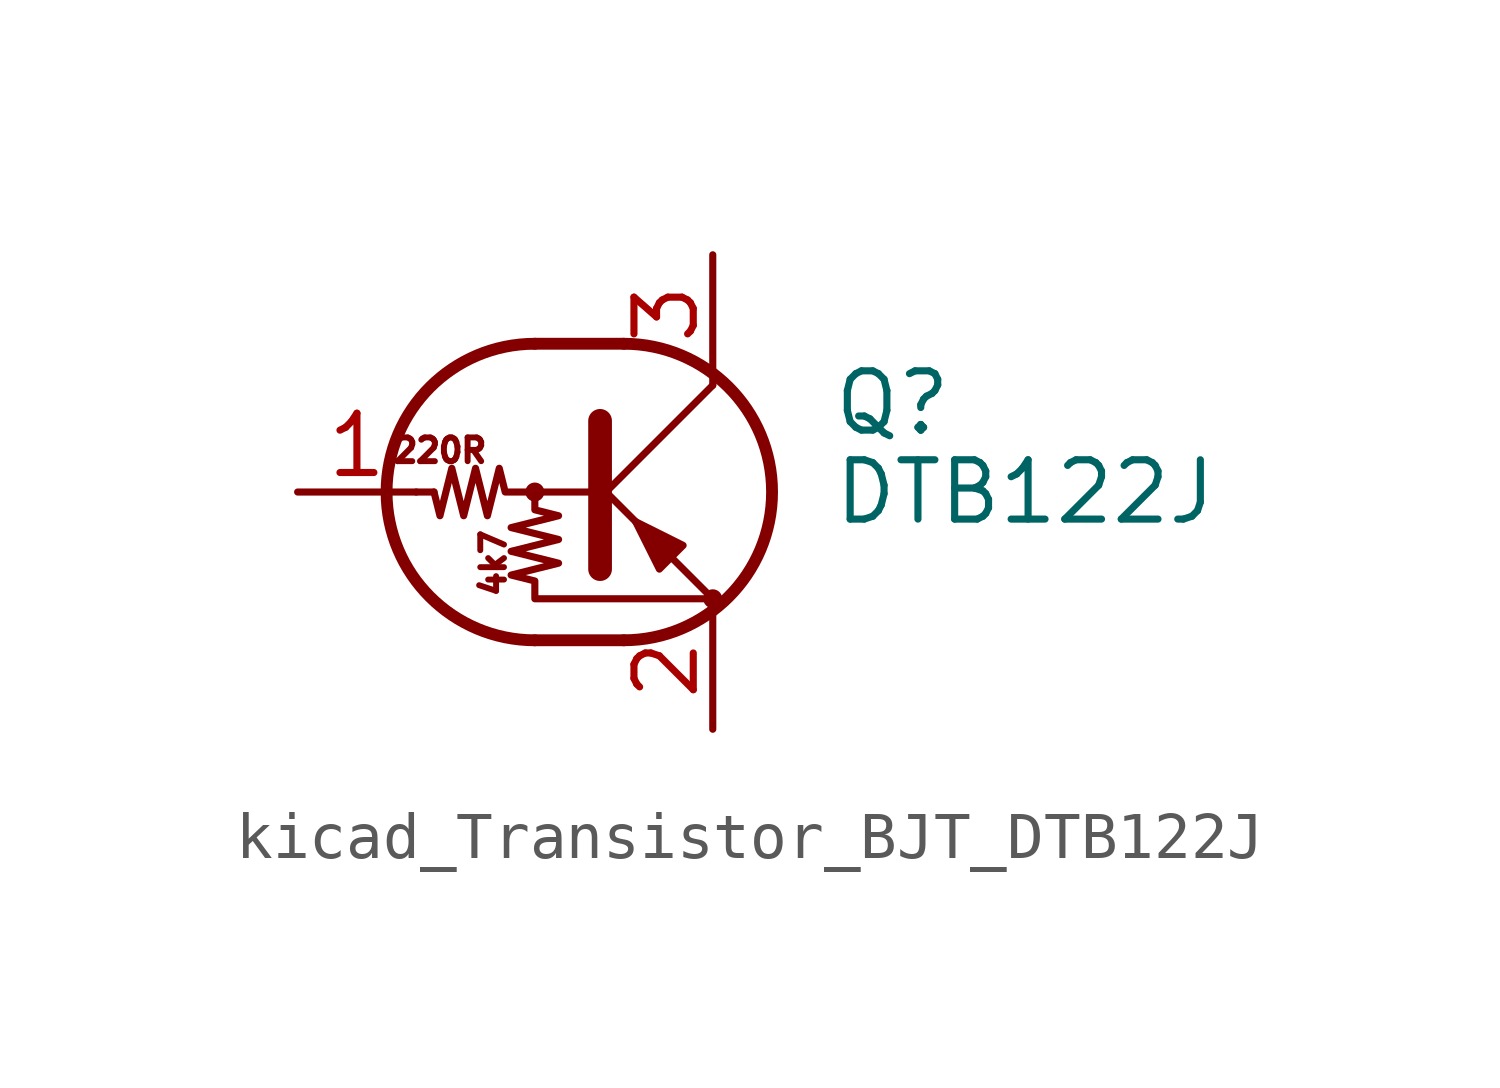
<source format=kicad_sym>
(kicad_symbol_lib
  (version 20220914)
  (generator kicad_symbol_editor)
  (symbol "kicad_Transistor_BJT_DTB122J"
    (pin_names
      (offset 0) hide)
    (property "Reference" "Q"
      (at 5.08 1.905 0)
      (effects (font (size 1.27 1.27)) (justify left)))
    (property "Value" "DTB122J"
      (at 5.08 0 0)
      (effects (font (size 1.27 1.27)) (justify left)))
    (symbol "kicad_Transistor_BJT_DTB122J_0_0"
      (text "220R" (at -3.302 0.889 0) (effects (font (size 0.508 0.508))))
      (text "4k7" (at -2.159 -1.524 900) (effects (font (size 0.508 0.508)))))
    (symbol "kicad_Transistor_BJT_DTB122J_0_1"
      (circle (center -1.27 0) (radius 0.127) (stroke (width 0) (type default)) (fill (type none)))
      (arc (start -1.27 3.175) (mid -4.4312 0) (end -1.27 -3.175) (stroke (width 0.254) (type default)) (fill (type none)))
      (polyline (pts (xy -3.429 0) (xy -3.81 0)) (stroke (width 0) (type default)) (fill (type none)))
      (polyline (pts (xy -1.27 -3.175) (xy 0.635 -3.175)) (stroke (width 0.254) (type default)) (fill (type none)))
      (polyline (pts (xy -1.27 3.175) (xy 0.635 3.175)) (stroke (width 0.254) (type default)) (fill (type none)))
      (polyline (pts (xy 0 -0.254) (xy 2.54 2.286)) (stroke (width 0) (type default)) (fill (type none)))
      (polyline (pts (xy 0.127 1.524) (xy 0.127 -1.651)) (stroke (width 0.508) (type default)) (fill (type outline)))
      (polyline (pts (xy 2.54 2.286) (xy 2.54 2.54)) (stroke (width 0) (type default)) (fill (type none)))
      (polyline (pts (xy 2.54 -2.286) (xy 0 0.254) (xy 0 0.254)) (stroke (width 0) (type default)) (fill (type none)))
      (polyline (pts (xy 1.397 -1.651) (xy 1.905 -1.143) (xy 0.889 -0.635) (xy 1.397 -1.651)) (stroke (width 0) (type default)) (fill (type outline)))
      (polyline (pts (xy 0 0) (xy -1.905 0) (xy -2.032 0.508) (xy -2.286 -0.508) (xy -2.54 0.508) (xy -2.794 -0.508) (xy -3.048 0.508) (xy -3.302 -0.508) (xy -3.429 0)) (stroke (width 0) (type default)) (fill (type none)))
      (polyline (pts (xy -1.27 0) (xy -1.27 -0.381) (xy -0.762 -0.508) (xy -1.778 -0.762) (xy -0.762 -1.016) (xy -1.778 -1.27) (xy -0.762 -1.524) (xy -1.778 -1.778) (xy -1.27 -1.905) (xy -1.27 -2.286) (xy 2.54 -2.286)) (stroke (width 0) (type default)) (fill (type none)))
      (arc (start 0.635 -3.175) (mid 3.7962 0) (end 0.635 3.175) (stroke (width 0.254) (type default)) (fill (type none)))
      (circle (center 2.54 -2.286) (radius 0.127) (stroke (width 0) (type default)) (fill (type none))))
    (symbol "kicad_Transistor_BJT_DTB122J_1_1"
      (pin input line (at -6.35 0 0) (length 2.54) (name "B" (effects (font (size 1.27 1.27)))) (number "1" (effects (font (size 1.27 1.27)))))
      (pin passive line (at 2.54 -5.08 90) (length 2.54) (name "E" (effects (font (size 1.27 1.27)))) (number "2" (effects (font (size 1.27 1.27)))))
      (pin passive line (at 2.54 5.08 270) (length 2.54) (name "C" (effects (font (size 1.27 1.27)))) (number "3" (effects (font (size 1.27 1.27))))))))
</source>
